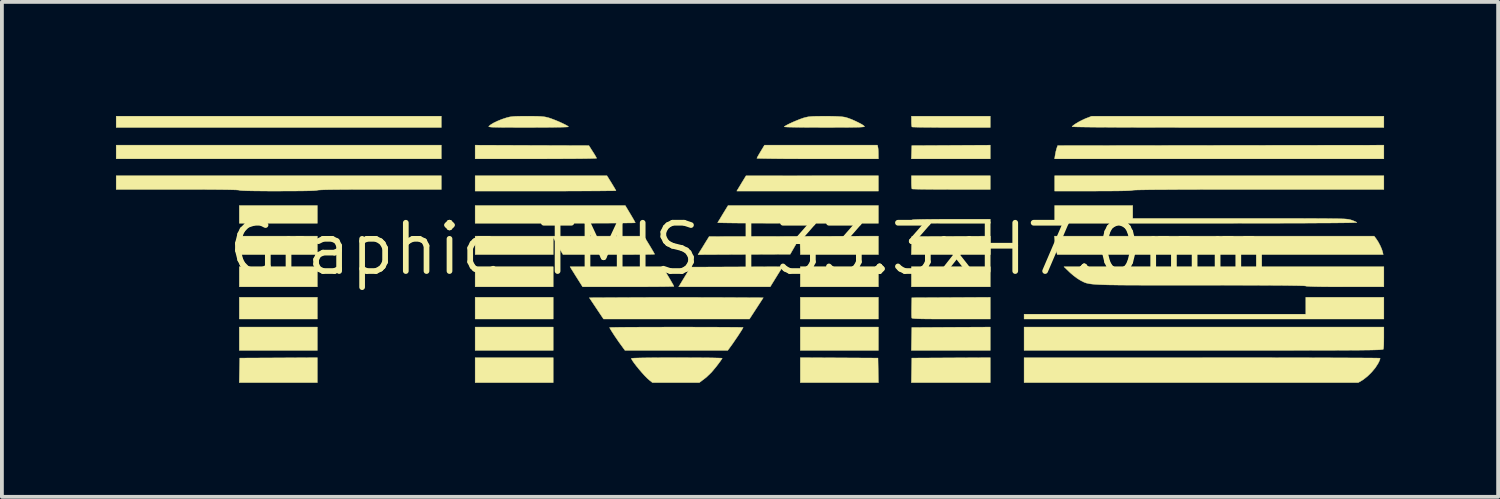
<source format=kicad_pcb>
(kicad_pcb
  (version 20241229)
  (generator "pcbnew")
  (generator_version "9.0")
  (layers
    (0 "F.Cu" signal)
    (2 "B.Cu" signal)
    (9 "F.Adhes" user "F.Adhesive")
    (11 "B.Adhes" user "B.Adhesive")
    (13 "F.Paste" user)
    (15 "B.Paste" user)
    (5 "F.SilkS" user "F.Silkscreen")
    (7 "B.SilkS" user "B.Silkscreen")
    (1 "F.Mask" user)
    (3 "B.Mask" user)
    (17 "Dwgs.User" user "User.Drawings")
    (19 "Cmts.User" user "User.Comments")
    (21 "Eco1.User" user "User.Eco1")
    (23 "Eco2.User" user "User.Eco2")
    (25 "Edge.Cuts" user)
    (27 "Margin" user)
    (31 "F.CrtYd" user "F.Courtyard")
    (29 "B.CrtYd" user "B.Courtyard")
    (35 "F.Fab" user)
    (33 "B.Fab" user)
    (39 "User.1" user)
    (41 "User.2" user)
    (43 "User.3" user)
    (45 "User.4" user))
  (footprint "Graphic_TMIS_L33.3xH7.0mm"
    (layer "F.Cu")
    (at 16.663 3.498)
    (property "Reference" "Graphic_TMIS_L33.3xH7.0mm" (at 0 0 0) (layer "F.SilkS") (effects (font (size 1.27 1.27) (thickness 0.15))))
    (attr through_hole board_only exclude_from_pos_files exclude_from_bom)
    (fp_poly (pts (xy -11.367 -0.677) (xy -13.42 -0.677) (xy -13.42 -1.143) (xy -11.367 -1.143) (xy -11.367 -0.677)) (stroke (width 0.01) (type solid)) (fill yes) (layer "F.SilkS"))
    (fp_poly (pts (xy -11.367 0.148) (xy -13.42 0.148) (xy -13.42 -0.339) (xy -11.367 -0.339) (xy -11.367 0.148)) (stroke (width 0.01) (type solid)) (fill yes) (layer "F.SilkS"))
    (fp_poly (pts (xy -11.367 0.995) (xy -13.42 0.995) (xy -13.42 0.466) (xy -11.367 0.466) (xy -11.367 0.995)) (stroke (width 0.01) (type solid)) (fill yes) (layer "F.SilkS"))
    (fp_poly (pts (xy -11.367 1.841) (xy -13.42 1.841) (xy -13.42 1.27) (xy -11.367 1.27) (xy -11.367 1.841)) (stroke (width 0.01) (type solid)) (fill yes) (layer "F.SilkS"))
    (fp_poly (pts (xy -11.367 2.667) (xy -13.42 2.667) (xy -13.42 2.053) (xy -11.367 2.053) (xy -11.367 2.667)) (stroke (width 0.01) (type solid)) (fill yes) (layer "F.SilkS"))
    (fp_poly (pts (xy -8.107 -3.196) (xy -16.658 -3.196) (xy -16.658 -3.493) (xy -8.107 -3.493) (xy -8.107 -3.196)) (stroke (width 0.01) (type solid)) (fill yes) (layer "F.SilkS"))
    (fp_poly (pts (xy -8.107 -2.371) (xy -16.658 -2.371) (xy -16.658 -2.731) (xy -8.107 -2.731) (xy -8.107 -2.371)) (stroke (width 0.01) (type solid)) (fill yes) (layer "F.SilkS"))
    (fp_poly (pts (xy -5.165 0.995) (xy -7.218 0.995) (xy -7.218 0.466) (xy -5.165 0.466) (xy -5.165 0.995)) (stroke (width 0.01) (type solid)) (fill yes) (layer "F.SilkS"))
    (fp_poly (pts (xy -5.165 1.841) (xy -7.218 1.841) (xy -7.218 1.27) (xy -5.165 1.27) (xy -5.165 1.841)) (stroke (width 0.01) (type solid)) (fill yes) (layer "F.SilkS"))
    (fp_poly (pts (xy -5.165 2.667) (xy -7.218 2.667) (xy -7.218 2.053) (xy -5.165 2.053) (xy -5.165 2.667)) (stroke (width 0.01) (type solid)) (fill yes) (layer "F.SilkS"))
    (fp_poly (pts (xy -5.165 3.514) (xy -7.218 3.514) (xy -7.218 2.857) (xy -5.165 2.857) (xy -5.165 3.514)) (stroke (width 0.01) (type solid)) (fill yes) (layer "F.SilkS"))
    (fp_poly (pts (xy 3.387 0.995) (xy 1.333 0.995) (xy 1.333 0.466) (xy 3.387 0.466) (xy 3.387 0.995)) (stroke (width 0.01) (type solid)) (fill yes) (layer "F.SilkS"))
    (fp_poly (pts (xy 3.387 1.841) (xy 1.333 1.841) (xy 1.333 1.27) (xy 3.387 1.27) (xy 3.387 1.841)) (stroke (width 0.01) (type solid)) (fill yes) (layer "F.SilkS"))
    (fp_poly (pts (xy 3.387 2.667) (xy 1.333 2.667) (xy 1.333 2.053) (xy 3.387 2.053) (xy 3.387 2.667)) (stroke (width 0.01) (type solid)) (fill yes) (layer "F.SilkS"))
    (fp_poly (pts (xy 6.329 -2.371) (xy 4.253 -2.371) (xy 4.265 -2.72) (xy 6.329 -2.731) (xy 6.329 -2.371)) (stroke (width 0.01) (type solid)) (fill yes) (layer "F.SilkS"))
    (fp_poly (pts (xy 6.329 0.148) (xy 4.253 0.148) (xy 4.265 -0.328) (xy 6.329 -0.339) (xy 6.329 0.148)) (stroke (width 0.01) (type solid)) (fill yes) (layer "F.SilkS"))
    (fp_poly (pts (xy 6.329 0.995) (xy 4.255 0.995) (xy 4.255 0.466) (xy 6.329 0.466) (xy 6.329 0.995)) (stroke (width 0.01) (type solid)) (fill yes) (layer "F.SilkS"))
    (fp_poly (pts (xy 3.376 2.868) (xy 3.382 3.191) (xy 3.388 3.514) (xy 1.333 3.514) (xy 1.333 2.857) (xy 3.376 2.868)) (stroke (width 0.01) (type solid)) (fill yes) (layer "F.SilkS"))
    (fp_poly (pts (xy 6.329 2.667) (xy 4.253 2.667) (xy 4.265 2.064) (xy 5.297 2.058) (xy 6.329 2.053) (xy 6.329 2.667)) (stroke (width 0.01) (type solid)) (fill yes) (layer "F.SilkS"))
    (fp_poly (pts (xy 6.329 3.514) (xy 4.253 3.514) (xy 4.259 3.191) (xy 4.265 2.868) (xy 6.329 2.857) (xy 6.329 3.514)) (stroke (width 0.01) (type solid)) (fill yes) (layer "F.SilkS"))
    (fp_poly (pts (xy -11.367 3.514) (xy -13.421 3.514) (xy -13.415 3.191) (xy -13.409 2.868) (xy -12.388 2.863) (xy -11.367 2.857) (xy -11.367 3.514)) (stroke (width 0.01) (type solid)) (fill yes) (layer "F.SilkS"))
    (fp_poly (pts (xy 3.387 -1.524) (xy -0.338 -1.524) (xy -0.217 -1.725) (xy -0.095 -1.925) (xy 1.646 -1.926) (xy 3.387 -1.926) (xy 3.387 -1.524)) (stroke (width 0.01) (type solid)) (fill yes) (layer "F.SilkS"))
    (fp_poly (pts (xy 16.679 1.841) (xy 7.218 1.841) (xy 7.218 1.714) (xy 14.626 1.714) (xy 14.626 1.27) (xy 16.679 1.27) (xy 16.679 1.841)) (stroke (width 0.01) (type solid)) (fill yes) (layer "F.SilkS"))
    (fp_poly (pts (xy 16.679 -2.371) (xy 8.02 -2.371) (xy 8.035 -2.471) (xy 8.05 -2.551) (xy 8.069 -2.627) (xy 8.075 -2.646) (xy 8.101 -2.72) (xy 16.679 -2.731) (xy 16.679 -2.371)) (stroke (width 0.01) (type solid)) (fill yes) (layer "F.SilkS"))
    (fp_poly (pts (xy 16.476 -0.27) (xy 16.53 -0.188) (xy 16.582 -0.09) (xy 16.624 0.006) (xy 16.647 0.079) (xy 16.662 0.148) (xy 8.092 0.148) (xy 8.066 0.06) (xy 8.051 -0.007) (xy 8.037 -0.097) (xy 8.028 -0.183) (xy 8.016 -0.339) (xy 16.423 -0.339) (xy 16.476 -0.27)) (stroke (width 0.01) (type solid)) (fill yes) (layer "F.SilkS"))
    (fp_poly (pts (xy -1.524 1.273) (xy -1.211 1.274) (xy -0.924 1.275) (xy -0.783 1.275) (xy 0.36 1.281) (xy 0.178 1.561) (xy -0.004 1.841) (xy -1.923 1.841) (xy -3.842 1.841) (xy -4.216 1.281) (xy -3.071 1.275) (xy -2.801 1.274) (xy -2.501 1.273) (xy -2.18 1.273) (xy -1.851 1.273) (xy -1.524 1.273)) (stroke (width 0.01) (type solid)) (fill yes) (layer "F.SilkS"))
    (fp_poly (pts (xy 0.827 0.534) (xy 0.797 0.581) (xy 0.752 0.653) (xy 0.699 0.739) (xy 0.662 0.799) (xy 0.541 0.995) (xy -1.866 0.995) (xy -1.824 0.926) (xy -1.795 0.878) (xy -1.752 0.806) (xy -1.7 0.721) (xy -1.667 0.667) (xy -1.553 0.476) (xy -0.34 0.471) (xy 0.872 0.465) (xy 0.827 0.534)) (stroke (width 0.01) (type solid)) (fill yes) (layer "F.SilkS"))
    (fp_poly (pts (xy 3.387 0.148) (xy 1.335 0.148) (xy 1.329 -0.079) (xy 1.323 -0.307) (xy 1.067 0.138) (xy -0.146 0.143) (xy -1.358 0.149) (xy -1.31 0.069) (xy -1.275 0.013) (xy -1.227 -0.064) (xy -1.175 -0.149) (xy -1.163 -0.169) (xy -1.064 -0.328) (xy 1.161 -0.333) (xy 3.387 -0.339) (xy 3.387 0.148)) (stroke (width 0.01) (type solid)) (fill yes) (layer "F.SilkS"))
    (fp_poly (pts (xy 6.329 -3.196) (xy 5.306 -3.196) (xy 5.102 -3.196) (xy 4.91 -3.197) (xy 4.736 -3.199) (xy 4.584 -3.2) (xy 4.456 -3.202) (xy 4.359 -3.205) (xy 4.295 -3.207) (xy 4.269 -3.21) (xy 4.269 -3.21) (xy 4.261 -3.237) (xy 4.256 -3.294) (xy 4.255 -3.358) (xy 4.255 -3.493) (xy 6.329 -3.493) (xy 6.329 -3.196)) (stroke (width 0.01) (type solid)) (fill yes) (layer "F.SilkS"))
    (fp_poly (pts (xy 6.329 -1.566) (xy 5.306 -1.566) (xy 5.102 -1.567) (xy 4.91 -1.567) (xy 4.736 -1.569) (xy 4.584 -1.57) (xy 4.456 -1.572) (xy 4.359 -1.575) (xy 4.295 -1.577) (xy 4.269 -1.58) (xy 4.269 -1.58) (xy 4.262 -1.607) (xy 4.257 -1.664) (xy 4.255 -1.742) (xy 4.255 -1.76) (xy 4.255 -1.926) (xy 6.329 -1.926) (xy 6.329 -1.566)) (stroke (width 0.01) (type solid)) (fill yes) (layer "F.SilkS"))
    (fp_poly (pts (xy 6.329 1.841) (xy 5.302 1.841) (xy 5.059 1.841) (xy 4.855 1.841) (xy 4.687 1.839) (xy 4.552 1.838) (xy 4.448 1.835) (xy 4.37 1.832) (xy 4.316 1.828) (xy 4.282 1.823) (xy 4.266 1.817) (xy 4.264 1.814) (xy 4.26 1.783) (xy 4.258 1.719) (xy 4.258 1.631) (xy 4.259 1.533) (xy 4.265 1.281) (xy 6.329 1.27) (xy 6.329 1.841)) (stroke (width 0.01) (type solid)) (fill yes) (layer "F.SilkS"))
    (fp_poly (pts (xy -3.632 -1.735) (xy -3.584 -1.656) (xy -3.545 -1.591) (xy -3.52 -1.548) (xy -3.514 -1.534) (xy -3.534 -1.533) (xy -3.594 -1.531) (xy -3.691 -1.53) (xy -3.82 -1.529) (xy -3.98 -1.527) (xy -4.167 -1.526) (xy -4.378 -1.526) (xy -4.61 -1.525) (xy -4.86 -1.524) (xy -5.125 -1.524) (xy -5.366 -1.524) (xy -7.218 -1.524) (xy -7.218 -1.926) (xy -3.751 -1.926) (xy -3.632 -1.735)) (stroke (width 0.01) (type solid)) (fill yes) (layer "F.SilkS"))
    (fp_poly (pts (xy -5.722 -2.725) (xy -4.227 -2.72) (xy -4.126 -2.561) (xy -4.08 -2.489) (xy -4.045 -2.43) (xy -4.025 -2.393) (xy -4.023 -2.387) (xy -4.043 -2.384) (xy -4.103 -2.382) (xy -4.198 -2.379) (xy -4.326 -2.377) (xy -4.483 -2.375) (xy -4.666 -2.374) (xy -4.872 -2.373) (xy -5.098 -2.372) (xy -5.34 -2.371) (xy -5.595 -2.371) (xy -5.62 -2.371) (xy -7.218 -2.371) (xy -7.218 -2.731) (xy -5.722 -2.725)) (stroke (width 0.01) (type solid)) (fill yes) (layer "F.SilkS"))
    (fp_poly (pts (xy 3.387 -0.677) (xy 1.269 -0.677) (xy 0.973 -0.677) (xy 0.691 -0.678) (xy 0.423 -0.679) (xy 0.173 -0.68) (xy -0.056 -0.681) (xy -0.261 -0.682) (xy -0.439 -0.684) (xy -0.589 -0.686) (xy -0.706 -0.688) (xy -0.788 -0.69) (xy -0.833 -0.692) (xy -0.84 -0.693) (xy -0.827 -0.717) (xy -0.795 -0.768) (xy -0.751 -0.841) (xy -0.7 -0.926) (xy -0.567 -1.143) (xy 3.387 -1.143) (xy 3.387 -0.677)) (stroke (width 0.01) (type solid)) (fill yes) (layer "F.SilkS"))
    (fp_poly (pts (xy -3.138 -0.923) (xy -3.087 -0.837) (xy -3.045 -0.764) (xy -3.017 -0.713) (xy -3.006 -0.69) (xy -3.006 -0.69) (xy -3.026 -0.688) (xy -3.087 -0.686) (xy -3.183 -0.685) (xy -3.314 -0.683) (xy -3.476 -0.682) (xy -3.665 -0.681) (xy -3.88 -0.68) (xy -4.118 -0.679) (xy -4.375 -0.678) (xy -4.649 -0.678) (xy -4.937 -0.677) (xy -5.112 -0.677) (xy -7.218 -0.677) (xy -7.218 -1.143) (xy -3.27 -1.143) (xy -3.138 -0.923)) (stroke (width 0.01) (type solid)) (fill yes) (layer "F.SilkS"))
    (fp_poly (pts (xy -2.141 0.718) (xy -2.086 0.81) (xy -2.04 0.889) (xy -2.007 0.948) (xy -1.991 0.979) (xy -1.99 0.983) (xy -2.01 0.985) (xy -2.069 0.987) (xy -2.163 0.989) (xy -2.288 0.991) (xy -2.44 0.992) (xy -2.616 0.993) (xy -2.812 0.994) (xy -3.023 0.994) (xy -3.191 0.994) (xy -4.392 0.994) (xy -4.508 0.81) (xy -4.564 0.722) (xy -4.616 0.638) (xy -4.658 0.571) (xy -4.674 0.546) (xy -4.723 0.466) (xy -2.291 0.466) (xy -2.141 0.718)) (stroke (width 0.01) (type solid)) (fill yes) (layer "F.SilkS"))
    (fp_poly (pts (xy 3.373 -2.683) (xy 3.38 -2.636) (xy 3.385 -2.565) (xy 3.386 -2.503) (xy 3.387 -2.371) (xy 1.789 -2.371) (xy 1.533 -2.371) (xy 1.289 -2.371) (xy 1.062 -2.372) (xy 0.854 -2.373) (xy 0.668 -2.375) (xy 0.508 -2.377) (xy 0.377 -2.379) (xy 0.278 -2.381) (xy 0.215 -2.383) (xy 0.191 -2.385) (xy 0.191 -2.386) (xy 0.201 -2.409) (xy 0.229 -2.46) (xy 0.269 -2.528) (xy 0.291 -2.565) (xy 0.391 -2.731) (xy 3.361 -2.731) (xy 3.373 -2.683)) (stroke (width 0.01) (type solid)) (fill yes) (layer "F.SilkS"))
    (fp_poly (pts (xy 6.329 -0.677) (xy 5.302 -0.677) (xy 5.063 -0.677) (xy 4.863 -0.678) (xy 4.699 -0.679) (xy 4.567 -0.68) (xy 4.463 -0.683) (xy 4.386 -0.686) (xy 4.33 -0.689) (xy 4.294 -0.694) (xy 4.272 -0.7) (xy 4.263 -0.707) (xy 4.263 -0.708) (xy 4.26 -0.749) (xy 4.264 -0.761) (xy 4.288 -0.767) (xy 4.351 -0.772) (xy 4.455 -0.776) (xy 4.599 -0.779) (xy 4.784 -0.781) (xy 5.01 -0.783) (xy 5.279 -0.783) (xy 5.303 -0.783) (xy 6.329 -0.783) (xy 6.329 -0.677)) (stroke (width 0.01) (type solid)) (fill yes) (layer "F.SilkS"))
    (fp_poly (pts (xy 16.679 -3.196) (xy 12.572 -3.196) (xy 12.037 -3.196) (xy 11.544 -3.196) (xy 11.092 -3.197) (xy 10.679 -3.197) (xy 10.304 -3.198) (xy 9.968 -3.199) (xy 9.668 -3.2) (xy 9.404 -3.202) (xy 9.176 -3.203) (xy 8.981 -3.205) (xy 8.82 -3.207) (xy 8.691 -3.209) (xy 8.593 -3.211) (xy 8.526 -3.214) (xy 8.488 -3.216) (xy 8.478 -3.219) (xy 8.511 -3.251) (xy 8.572 -3.293) (xy 8.652 -3.341) (xy 8.74 -3.387) (xy 8.826 -3.427) (xy 8.86 -3.441) (xy 8.997 -3.493) (xy 16.679 -3.493) (xy 16.679 -3.196)) (stroke (width 0.01) (type solid)) (fill yes) (layer "F.SilkS"))
    (fp_poly (pts (xy 16.679 -1.566) (xy 13.377 -1.566) (xy 12.876 -1.566) (xy 12.415 -1.566) (xy 11.995 -1.565) (xy 11.616 -1.564) (xy 11.279 -1.563) (xy 10.983 -1.561) (xy 10.728 -1.56) (xy 10.515 -1.558) (xy 10.344 -1.555) (xy 10.215 -1.553) (xy 10.127 -1.55) (xy 10.082 -1.547) (xy 10.075 -1.545) (xy 10.054 -1.54) (xy 9.992 -1.535) (xy 9.888 -1.531) (xy 9.744 -1.528) (xy 9.561 -1.526) (xy 9.339 -1.525) (xy 9.079 -1.524) (xy 9.049 -1.524) (xy 8.022 -1.524) (xy 8.022 -1.926) (xy 16.679 -1.926) (xy 16.679 -1.566)) (stroke (width 0.01) (type solid)) (fill yes) (layer "F.SilkS"))
    (fp_poly (pts (xy -2.639 -0.107) (xy -2.586 -0.019) (xy -2.542 0.056) (xy -2.511 0.11) (xy -2.498 0.136) (xy -2.498 0.137) (xy -2.518 0.139) (xy -2.577 0.141) (xy -2.671 0.143) (xy -2.796 0.144) (xy -2.949 0.146) (xy -3.124 0.147) (xy -3.32 0.148) (xy -3.532 0.148) (xy -3.702 0.148) (xy -4.906 0.148) (xy -4.991 0.005) (xy -5.039 -0.077) (xy -5.085 -0.158) (xy -5.118 -0.22) (xy -5.119 -0.222) (xy -5.163 -0.307) (xy -5.164 -0.079) (xy -5.165 0.148) (xy -7.218 0.148) (xy -7.218 -0.339) (xy -2.78 -0.339) (xy -2.639 -0.107)) (stroke (width 0.01) (type solid)) (fill yes) (layer "F.SilkS"))
    (fp_poly (pts (xy 12.334 2.858) (xy 12.765 2.858) (xy 13.182 2.858) (xy 13.585 2.858) (xy 13.97 2.859) (xy 14.337 2.86) (xy 14.683 2.86) (xy 15.006 2.861) (xy 15.305 2.862) (xy 15.577 2.863) (xy 15.821 2.864) (xy 16.034 2.865) (xy 16.215 2.866) (xy 16.362 2.867) (xy 16.473 2.868) (xy 16.545 2.87) (xy 16.578 2.871) (xy 16.58 2.871) (xy 16.578 2.895) (xy 16.559 2.946) (xy 16.527 3.011) (xy 16.525 3.014) (xy 16.455 3.123) (xy 16.36 3.237) (xy 16.252 3.344) (xy 16.144 3.43) (xy 16.104 3.456) (xy 16.005 3.514) (xy 7.218 3.514) (xy 7.218 2.857) (xy 11.892 2.857) (xy 12.334 2.858)) (stroke (width 0.01) (type solid)) (fill yes) (layer "F.SilkS"))
    (fp_poly (pts (xy 16.679 2.327) (xy 16.678 2.432) (xy 16.676 2.525) (xy 16.672 2.594) (xy 16.667 2.632) (xy 16.666 2.634) (xy 16.662 2.637) (xy 16.652 2.641) (xy 16.634 2.644) (xy 16.606 2.647) (xy 16.567 2.65) (xy 16.515 2.652) (xy 16.449 2.654) (xy 16.367 2.656) (xy 16.268 2.658) (xy 16.149 2.659) (xy 16.009 2.661) (xy 15.847 2.662) (xy 15.661 2.663) (xy 15.45 2.664) (xy 15.211 2.665) (xy 14.943 2.665) (xy 14.645 2.666) (xy 14.314 2.666) (xy 13.95 2.667) (xy 13.551 2.667) (xy 13.114 2.667) (xy 12.64 2.667) (xy 12.125 2.667) (xy 11.936 2.667) (xy 7.218 2.667) (xy 7.218 2.053) (xy 16.679 2.053) (xy 16.679 2.327)) (stroke (width 0.01) (type solid)) (fill yes) (layer "F.SilkS"))
    (fp_poly (pts (xy -1.695 2.858) (xy -1.488 2.859) (xy -1.297 2.86) (xy -1.128 2.861) (xy -0.982 2.863) (xy -0.865 2.866) (xy -0.781 2.868) (xy -0.731 2.871) (xy -0.72 2.873) (xy -0.733 2.895) (xy -0.766 2.944) (xy -0.815 3.011) (xy -0.875 3.09) (xy -1 3.24) (xy -1.125 3.361) (xy -1.176 3.403) (xy -1.323 3.514) (xy -1.939 3.514) (xy -2.555 3.514) (xy -2.642 3.445) (xy -2.696 3.396) (xy -2.763 3.328) (xy -2.836 3.247) (xy -2.911 3.159) (xy -2.981 3.073) (xy -3.041 2.994) (xy -3.086 2.929) (xy -3.109 2.886) (xy -3.111 2.876) (xy -3.091 2.873) (xy -3.031 2.869) (xy -2.936 2.866) (xy -2.808 2.863) (xy -2.651 2.861) (xy -2.468 2.859) (xy -2.262 2.858) (xy -2.037 2.858) (xy -1.916 2.857) (xy -1.695 2.858)) (stroke (width 0.01) (type solid)) (fill yes) (layer "F.SilkS"))
    (fp_poly (pts (xy -8.107 -1.566) (xy -9.737 -1.566) (xy -10.079 -1.566) (xy -10.382 -1.565) (xy -10.645 -1.564) (xy -10.868 -1.562) (xy -11.05 -1.56) (xy -11.191 -1.557) (xy -11.291 -1.553) (xy -11.35 -1.549) (xy -11.367 -1.545) (xy -11.388 -1.54) (xy -11.45 -1.535) (xy -11.554 -1.531) (xy -11.698 -1.528) (xy -11.881 -1.526) (xy -12.103 -1.525) (xy -12.363 -1.524) (xy -12.393 -1.524) (xy -12.657 -1.524) (xy -12.883 -1.526) (xy -13.071 -1.528) (xy -13.219 -1.531) (xy -13.327 -1.535) (xy -13.394 -1.539) (xy -13.419 -1.545) (xy -13.42 -1.545) (xy -13.441 -1.55) (xy -13.504 -1.554) (xy -13.609 -1.557) (xy -13.754 -1.56) (xy -13.941 -1.562) (xy -14.168 -1.564) (xy -14.436 -1.565) (xy -14.743 -1.566) (xy -15.039 -1.566) (xy -16.658 -1.566) (xy -16.658 -1.926) (xy -8.107 -1.926) (xy -8.107 -1.566)) (stroke (width 0.01) (type solid)) (fill yes) (layer "F.SilkS"))
    (fp_poly (pts (xy -1.658 2.053) (xy -1.401 2.054) (xy -1.161 2.054) (xy -0.939 2.055) (xy -0.739 2.056) (xy -0.564 2.057) (xy -0.418 2.058) (xy -0.302 2.059) (xy -0.22 2.061) (xy -0.176 2.062) (xy -0.169 2.063) (xy -0.181 2.086) (xy -0.211 2.137) (xy -0.256 2.207) (xy -0.309 2.289) (xy -0.368 2.375) (xy -0.425 2.459) (xy -0.471 2.524) (xy -0.575 2.667) (xy -3.277 2.667) (xy -3.382 2.524) (xy -3.437 2.448) (xy -3.496 2.362) (xy -3.555 2.276) (xy -3.607 2.195) (xy -3.65 2.127) (xy -3.676 2.081) (xy -3.683 2.065) (xy -3.662 2.063) (xy -3.602 2.062) (xy -3.506 2.06) (xy -3.378 2.058) (xy -3.219 2.057) (xy -3.033 2.056) (xy -2.824 2.055) (xy -2.594 2.054) (xy -2.346 2.054) (xy -2.085 2.053) (xy -1.926 2.053) (xy -1.658 2.053)) (stroke (width 0.01) (type solid)) (fill yes) (layer "F.SilkS"))
    (fp_poly (pts (xy 10.075 -0.804) (xy 12.887 -0.804) (xy 13.289 -0.804) (xy 13.651 -0.804) (xy 13.975 -0.804) (xy 14.263 -0.804) (xy 14.518 -0.804) (xy 14.742 -0.803) (xy 14.936 -0.802) (xy 15.104 -0.801) (xy 15.247 -0.8) (xy 15.367 -0.798) (xy 15.468 -0.797) (xy 15.551 -0.794) (xy 15.617 -0.792) (xy 15.671 -0.789) (xy 15.713 -0.785) (xy 15.745 -0.781) (xy 15.771 -0.776) (xy 15.793 -0.771) (xy 15.812 -0.765) (xy 15.823 -0.762) (xy 15.893 -0.736) (xy 15.946 -0.712) (xy 15.969 -0.698) (xy 15.95 -0.695) (xy 15.89 -0.693) (xy 15.789 -0.69) (xy 15.646 -0.688) (xy 15.462 -0.686) (xy 15.238 -0.684) (xy 14.974 -0.683) (xy 14.671 -0.681) (xy 14.328 -0.68) (xy 13.947 -0.679) (xy 13.527 -0.678) (xy 13.07 -0.678) (xy 12.575 -0.677) (xy 12.042 -0.677) (xy 8.022 -0.677) (xy 8.022 -1.143) (xy 10.075 -1.143) (xy 10.075 -0.804)) (stroke (width 0.01) (type solid)) (fill yes) (layer "F.SilkS"))
    (fp_poly (pts (xy 2.164 -3.491) (xy 2.303 -3.487) (xy 2.411 -3.48) (xy 2.493 -3.469) (xy 2.53 -3.461) (xy 2.602 -3.438) (xy 2.689 -3.405) (xy 2.781 -3.364) (xy 2.869 -3.321) (xy 2.945 -3.281) (xy 2.999 -3.246) (xy 3.022 -3.223) (xy 3.016 -3.216) (xy 2.991 -3.211) (xy 2.946 -3.207) (xy 2.876 -3.203) (xy 2.779 -3.201) (xy 2.652 -3.199) (xy 2.493 -3.197) (xy 2.298 -3.197) (xy 2.065 -3.196) (xy 1.97 -3.196) (xy 1.763 -3.197) (xy 1.569 -3.197) (xy 1.392 -3.199) (xy 1.237 -3.201) (xy 1.108 -3.204) (xy 1.007 -3.206) (xy 0.941 -3.21) (xy 0.911 -3.213) (xy 0.91 -3.214) (xy 0.929 -3.231) (xy 0.978 -3.26) (xy 1.051 -3.297) (xy 1.138 -3.337) (xy 1.233 -3.377) (xy 1.325 -3.414) (xy 1.407 -3.443) (xy 1.426 -3.449) (xy 1.483 -3.464) (xy 1.54 -3.476) (xy 1.606 -3.484) (xy 1.688 -3.489) (xy 1.794 -3.491) (xy 1.931 -3.492) (xy 1.987 -3.493) (xy 2.164 -3.491)) (stroke (width 0.01) (type solid)) (fill yes) (layer "F.SilkS"))
    (fp_poly (pts (xy -5.692 -3.492) (xy -5.576 -3.49) (xy -5.486 -3.486) (xy -5.416 -3.479) (xy -5.356 -3.469) (xy -5.3 -3.455) (xy -5.278 -3.449) (xy -5.2 -3.422) (xy -5.109 -3.387) (xy -5.015 -3.348) (xy -4.925 -3.307) (xy -4.848 -3.269) (xy -4.791 -3.238) (xy -4.764 -3.217) (xy -4.763 -3.214) (xy -4.783 -3.21) (xy -4.842 -3.207) (xy -4.935 -3.204) (xy -5.058 -3.202) (xy -5.208 -3.199) (xy -5.38 -3.198) (xy -5.571 -3.197) (xy -5.776 -3.196) (xy -5.823 -3.196) (xy -6.064 -3.196) (xy -6.266 -3.197) (xy -6.431 -3.197) (xy -6.565 -3.199) (xy -6.668 -3.201) (xy -6.746 -3.203) (xy -6.801 -3.206) (xy -6.836 -3.211) (xy -6.855 -3.216) (xy -6.861 -3.222) (xy -6.858 -3.228) (xy -6.808 -3.27) (xy -6.728 -3.318) (xy -6.625 -3.367) (xy -6.511 -3.413) (xy -6.439 -3.437) (xy -6.375 -3.457) (xy -6.319 -3.471) (xy -6.262 -3.48) (xy -6.195 -3.487) (xy -6.111 -3.49) (xy -6.001 -3.492) (xy -5.858 -3.492) (xy -5.843 -3.493) (xy -5.692 -3.492)) (stroke (width 0.01) (type solid)) (fill yes) (layer "F.SilkS"))
    (fp_poly (pts (xy 16.679 0.995) (xy 15.653 0.995) (xy 15.389 0.994) (xy 15.162 0.993) (xy 14.975 0.991) (xy 14.827 0.988) (xy 14.719 0.984) (xy 14.652 0.98) (xy 14.626 0.974) (xy 14.626 0.974) (xy 14.605 0.97) (xy 14.542 0.967) (xy 14.436 0.964) (xy 14.289 0.962) (xy 14.101 0.959) (xy 13.87 0.957) (xy 13.599 0.956) (xy 13.286 0.954) (xy 12.932 0.953) (xy 12.538 0.953) (xy 12.102 0.952) (xy 11.859 0.952) (xy 11.449 0.952) (xy 11.08 0.952) (xy 10.749 0.952) (xy 10.453 0.952) (xy 10.191 0.951) (xy 9.959 0.95) (xy 9.757 0.949) (xy 9.581 0.946) (xy 9.43 0.944) (xy 9.301 0.94) (xy 9.191 0.936) (xy 9.1 0.931) (xy 9.024 0.924) (xy 8.961 0.917) (xy 8.909 0.908) (xy 8.865 0.898) (xy 8.828 0.887) (xy 8.796 0.874) (xy 8.765 0.859) (xy 8.734 0.843) (xy 8.701 0.825) (xy 8.691 0.82) (xy 8.615 0.772) (xy 8.526 0.706) (xy 8.44 0.633) (xy 8.414 0.609) (xy 8.266 0.467) (xy 12.472 0.466) (xy 16.679 0.466) (xy 16.679 0.995)) (stroke (width 0.01) (type solid)) (fill yes) (layer "F.SilkS")))
  (gr_rect
    (start -3 -3)
    (end 36.347 10.016)
    (stroke (width 0.1) (type default))
    (fill no)
    (layer "Edge.Cuts")))
</source>
